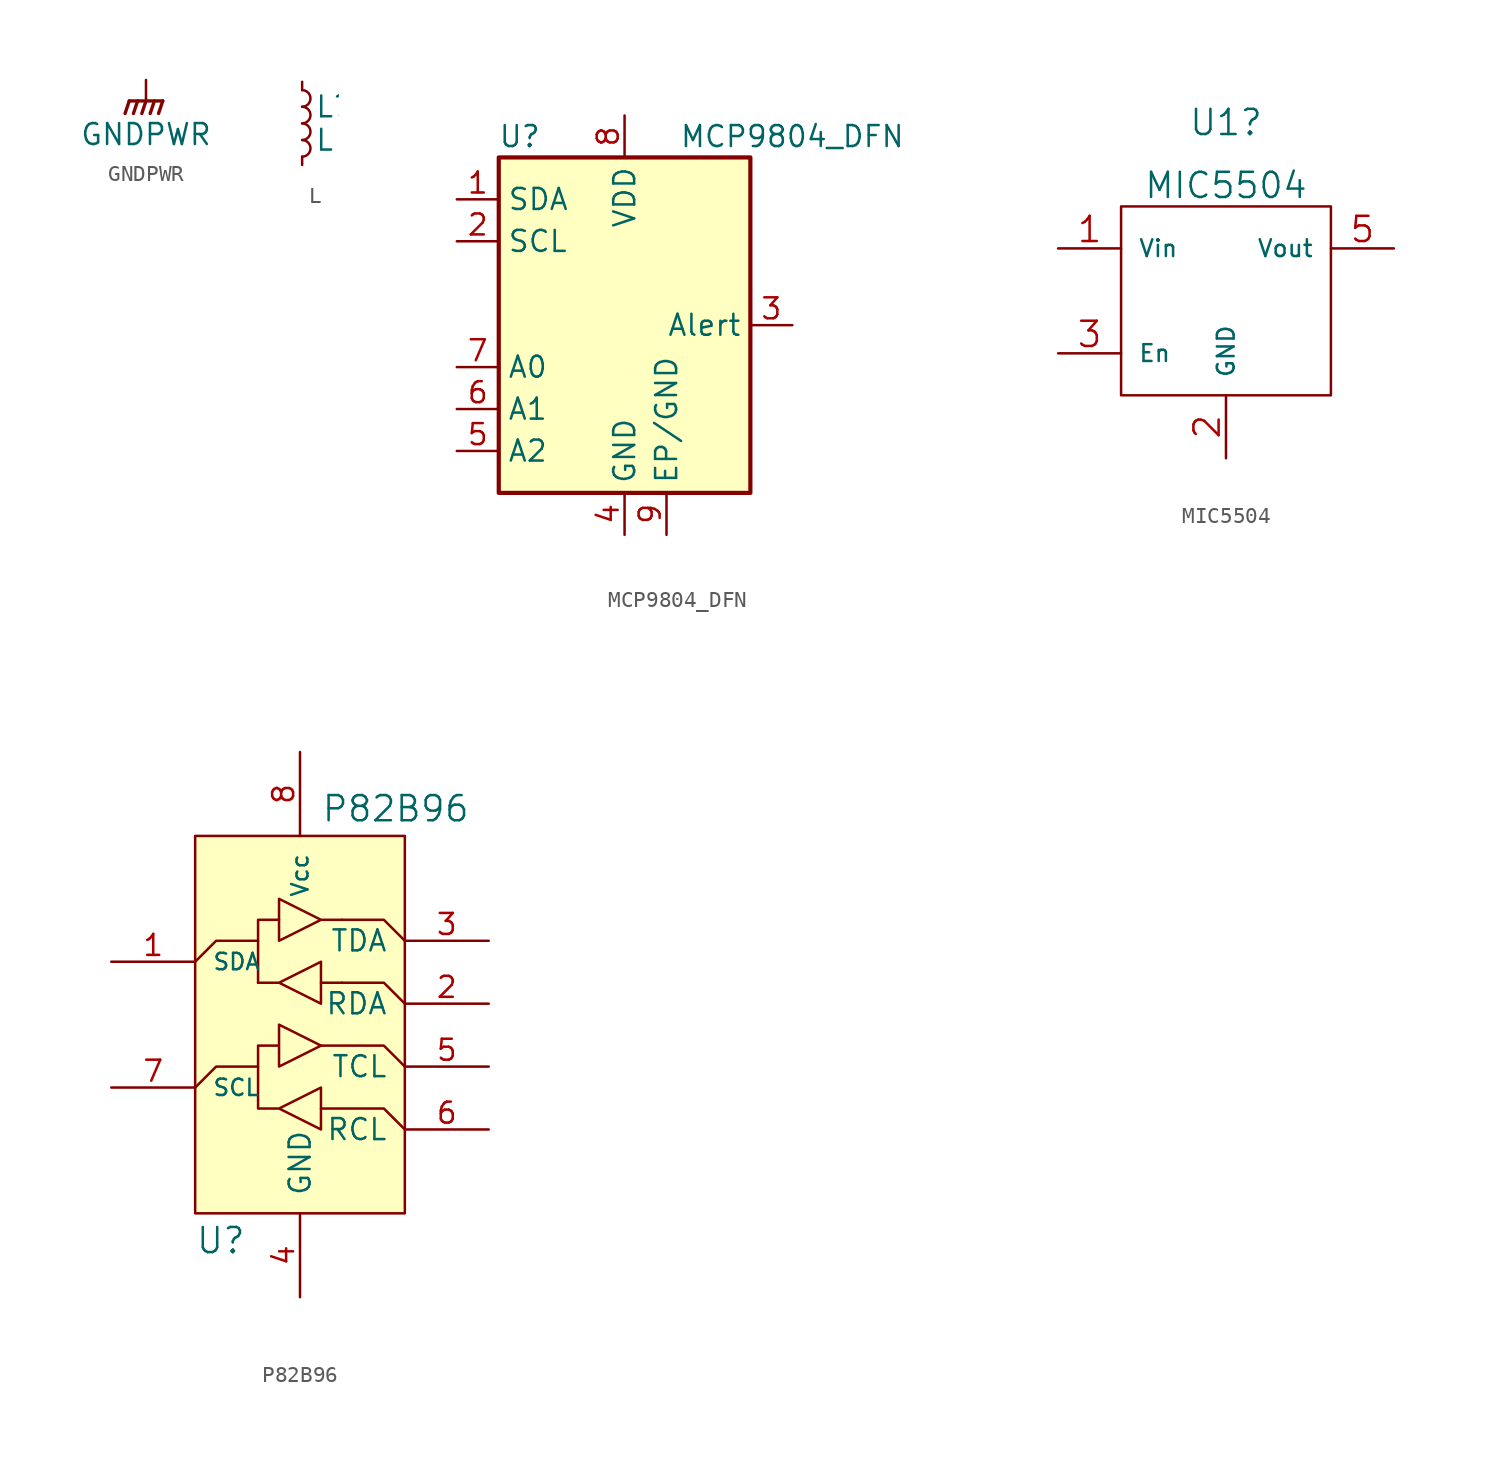
<source format=kicad_sym>
(kicad_symbol_lib
  (version 20220126)
  (generator kicad_symbol_editor)
  (symbol "GNDPWR"
    (power)
    (pin_names
      (offset 0))
    (property "Reference" "#PWR"
      (at 0 -5.08 0)
      (effects (font (size 1.27 1.27)) hide))
    (property "Value" "GNDPWR"
      (at 0 -3.302 0)
      (effects (font (size 1.27 1.27))))
    (symbol "GNDPWR_0_1"
      (polyline (pts (xy 0 -1.27) (xy 0 0)) (stroke (width 0) (type default)) (fill (type none)))
      (polyline (pts (xy -1.016 -1.27) (xy -1.27 -2.032) (xy -1.27 -2.032)) (stroke (width 0.203) (type default)) (fill (type none)))
      (polyline (pts (xy -0.508 -1.27) (xy -0.762 -2.032) (xy -0.762 -2.032)) (stroke (width 0.203) (type default)) (fill (type none)))
      (polyline (pts (xy 0 -1.27) (xy -0.254 -2.032) (xy -0.254 -2.032)) (stroke (width 0.203) (type default)) (fill (type none)))
      (polyline (pts (xy 0.508 -1.27) (xy 0.254 -2.032) (xy 0.254 -2.032)) (stroke (width 0.203) (type default)) (fill (type none)))
      (polyline (pts (xy 1.016 -1.27) (xy -1.016 -1.27) (xy -1.016 -1.27)) (stroke (width 0.203) (type default)) (fill (type none)))
      (polyline (pts (xy 1.016 -1.27) (xy 0.762 -2.032) (xy 0.762 -2.032) (xy 0.762 -2.032)) (stroke (width 0.203) (type default)) (fill (type none))))
    (symbol "GNDPWR_1_1"
      (pin power_in line (at 0 0 90) (length 0) hide (name "GNDPWR" (effects (font (size 1.27 1.27)))) (number "1" (effects (font (size 1.27 1.27)))))))
  (symbol "L"
    (pin_numbers hide)
    (pin_names
      (offset 0.254) hide)
    (property "Reference" "L"
      (at 0.762 1.016 0)
      (effects (font (size 1.27 1.27)) (justify left)))
    (property "Value" "L"
      (at 0.762 -1.016 0)
      (effects (font (size 1.27 1.27)) (justify left)))
    (symbol "L_0_1"
      (arc (start 0 -2.032) (mid 0.5058 -1.524) (end 0 -1.016) (stroke (width 0) (type default)) (fill (type none)))
      (arc (start 0 -1.016) (mid 0.5058 -0.508) (end 0 0) (stroke (width 0) (type default)) (fill (type none)))
      (arc (start 0 0) (mid 0.5058 0.508) (end 0 1.016) (stroke (width 0) (type default)) (fill (type none)))
      (arc (start 0 1.016) (mid 0.5058 1.524) (end 0 2.032) (stroke (width 0) (type default)) (fill (type none))))
    (symbol "L_1_1"
      (pin passive line (at 0 2.54 270) (length 0.508) (name "~" (effects (font (size 1.27 1.27)))) (number "1" (effects (font (size 1.27 1.27)))))
      (pin passive line (at 0 -2.54 90) (length 0.508) (name "~" (effects (font (size 1.27 1.27)))) (number "2" (effects (font (size 1.27 1.27)))))))
  (symbol "MCP9804_DFN"
    (property "Reference" "U"
      (at -6.35 11.43 0)
      (effects (font (size 1.27 1.27))))
    (property "Value" "MCP9804_DFN"
      (at 10.16 11.43 0)
      (effects (font (size 1.27 1.27))))
    (symbol "MCP9804_DFN_0_1"
      (rectangle (start -7.62 10.16) (end 7.62 -10.16) (stroke (width 0.254) (type default)) (fill (type background))))
    (symbol "MCP9804_DFN_1_1"
      (pin bidirectional line (at -10.16 7.62 0) (length 2.54) (name "SDA" (effects (font (size 1.27 1.27)))) (number "1" (effects (font (size 1.27 1.27)))))
      (pin input line (at -10.16 5.08 0) (length 2.54) (name "SCL" (effects (font (size 1.27 1.27)))) (number "2" (effects (font (size 1.27 1.27)))))
      (pin output line (at 10.16 0 180) (length 2.54) (name "Alert" (effects (font (size 1.27 1.27)))) (number "3" (effects (font (size 1.27 1.27)))))
      (pin power_in line (at 0 -12.7 90) (length 2.54) (name "GND" (effects (font (size 1.27 1.27)))) (number "4" (effects (font (size 1.27 1.27)))))
      (pin input line (at -10.16 -7.62 0) (length 2.54) (name "A2" (effects (font (size 1.27 1.27)))) (number "5" (effects (font (size 1.27 1.27)))))
      (pin input line (at -10.16 -5.08 0) (length 2.54) (name "A1" (effects (font (size 1.27 1.27)))) (number "6" (effects (font (size 1.27 1.27)))))
      (pin input line (at -10.16 -2.54 0) (length 2.54) (name "A0" (effects (font (size 1.27 1.27)))) (number "7" (effects (font (size 1.27 1.27)))))
      (pin power_in line (at 0 12.7 270) (length 2.54) (name "VDD" (effects (font (size 1.27 1.27)))) (number "8" (effects (font (size 1.27 1.27)))))
      (pin power_in line (at 2.54 -12.7 90) (length 2.54) (name "EP/GND" (effects (font (size 1.27 1.27)))) (number "9" (effects (font (size 1.27 1.27)))))))
  (symbol "MIC5504"
    (pin_names
      (offset 1.016))
    (property "Reference" "U1"
      (at 0 11.43 0)
      (effects (font (size 1.524 1.524))))
    (property "Value" "MIC5504"
      (at 0 7.62 0)
      (effects (font (size 1.524 1.524))))
    (symbol "MIC5504_0_1"
      (rectangle (start -6.35 6.35) (end 6.35 -5.08) (stroke (width 0) (type default)) (fill (type none))))
    (symbol "MIC5504_1_1"
      (pin power_in line (at -10.16 3.81 0) (length 3.81) (name "Vin" (effects (font (size 1.016 1.016)))) (number "1" (effects (font (size 1.524 1.524)))))
      (pin power_in line (at 0 -8.89 90) (length 3.81) (name "GND" (effects (font (size 1.016 1.016)))) (number "2" (effects (font (size 1.524 1.524)))))
      (pin input line (at -10.16 -2.54 0) (length 3.81) (name "En" (effects (font (size 1.016 1.016)))) (number "3" (effects (font (size 1.524 1.524)))))
      (pin no_connect line (at 6.35 -3.175 0) (length 2.54) hide (name "NC" (effects (font (size 1.27 1.27)))) (number "4" (effects (font (size 1.27 1.27)))))
      (pin power_out line (at 10.16 3.81 180) (length 3.81) (name "Vout" (effects (font (size 1.016 1.016)))) (number "5" (effects (font (size 1.524 1.524)))))))
  (symbol "P82B96"
    (pin_names
      (offset 1.016))
    (property "Reference" "U"
      (at -6.35 -13.97 0)
      (effects (font (size 1.524 1.524)) (justify left bottom)))
    (property "Value" "P82B96"
      (at 1.27 13.97 0)
      (effects (font (size 1.524 1.524)) (justify left top)))
    (symbol "P82B96_0_1"
      (rectangle (start -6.35 11.43) (end 6.35 -11.43) (stroke (width 0) (type default)) (fill (type background)))
      (polyline (pts (xy 1.27 2.54) (xy 2.54 2.54)) (stroke (width 0) (type default)) (fill (type none)))
      (polyline (pts (xy -6.35 3.81) (xy -5.08 5.08) (xy -2.54 5.08)) (stroke (width 0) (type default)) (fill (type none)))
      (polyline (pts (xy -1.27 6.35) (xy -2.54 6.35) (xy -2.54 2.54)) (stroke (width 0) (type default)) (fill (type none)))
      (polyline (pts (xy 1.27 -5.08) (xy 5.08 -5.08) (xy 6.35 -6.35)) (stroke (width 0) (type default)) (fill (type none)))
      (polyline (pts (xy 1.27 -1.27) (xy 5.08 -1.27) (xy 6.35 -2.54)) (stroke (width 0) (type default)) (fill (type none)))
      (polyline (pts (xy 2.54 2.54) (xy 5.08 2.54) (xy 6.35 1.27)) (stroke (width 0) (type default)) (fill (type none)))
      (polyline (pts (xy 2.54 6.35) (xy 5.08 6.35) (xy 6.35 5.08)) (stroke (width 0) (type default)) (fill (type none)))
      (polyline (pts (xy -1.27 2.54) (xy 1.27 3.81) (xy 1.27 1.27) (xy -1.27 2.54) (xy -2.54 2.54)) (stroke (width 0) (type default)) (fill (type none)))
      (polyline (pts (xy 1.27 6.35) (xy -1.27 7.62) (xy -1.27 5.08) (xy 1.27 6.35) (xy 2.54 6.35)) (stroke (width 0) (type default)) (fill (type none)))
      (polyline (pts (xy -2.54 -2.54) (xy -2.54 -5.08) (xy -1.27 -5.08) (xy 1.27 -3.81) (xy 1.27 -6.35) (xy -1.27 -5.08)) (stroke (width 0) (type default)) (fill (type none)))
      (polyline (pts (xy -6.35 -3.81) (xy -5.08 -2.54) (xy -2.54 -2.54) (xy -2.54 -1.27) (xy -1.27 -1.27) (xy -1.27 0) (xy 1.27 -1.27) (xy -1.27 -2.54) (xy -1.27 -1.27)) (stroke (width 0) (type default)) (fill (type none))))
    (symbol "P82B96_1_1"
      (pin bidirectional line (at -11.43 3.81 0) (length 5.08) (name "SDA" (effects (font (size 0.991 0.991)))) (number "1" (effects (font (size 1.27 1.27)))))
      (pin input line (at 11.43 1.27 180) (length 5.08) (name "RDA" (effects (font (size 1.27 1.27)))) (number "2" (effects (font (size 1.27 1.27)))))
      (pin bidirectional line (at 11.43 5.08 180) (length 5.08) (name "TDA" (effects (font (size 1.27 1.27)))) (number "3" (effects (font (size 1.27 1.27)))))
      (pin power_in line (at 0 -16.51 90) (length 5.08) (name "GND" (effects (font (size 1.27 1.27)))) (number "4" (effects (font (size 1.27 1.27)))))
      (pin bidirectional line (at 11.43 -2.54 180) (length 5.08) (name "TCL" (effects (font (size 1.27 1.27)))) (number "5" (effects (font (size 1.27 1.27)))))
      (pin bidirectional line (at 11.43 -6.35 180) (length 5.08) (name "RCL" (effects (font (size 1.27 1.27)))) (number "6" (effects (font (size 1.27 1.27)))))
      (pin bidirectional line (at -11.43 -3.81 0) (length 5.08) (name "SCL" (effects (font (size 0.991 0.991)))) (number "7" (effects (font (size 1.27 1.27)))))
      (pin power_in line (at 0 16.51 270) (length 5.08) (name "Vcc" (effects (font (size 0.991 0.991)))) (number "8" (effects (font (size 1.27 1.27))))))))
</source>
